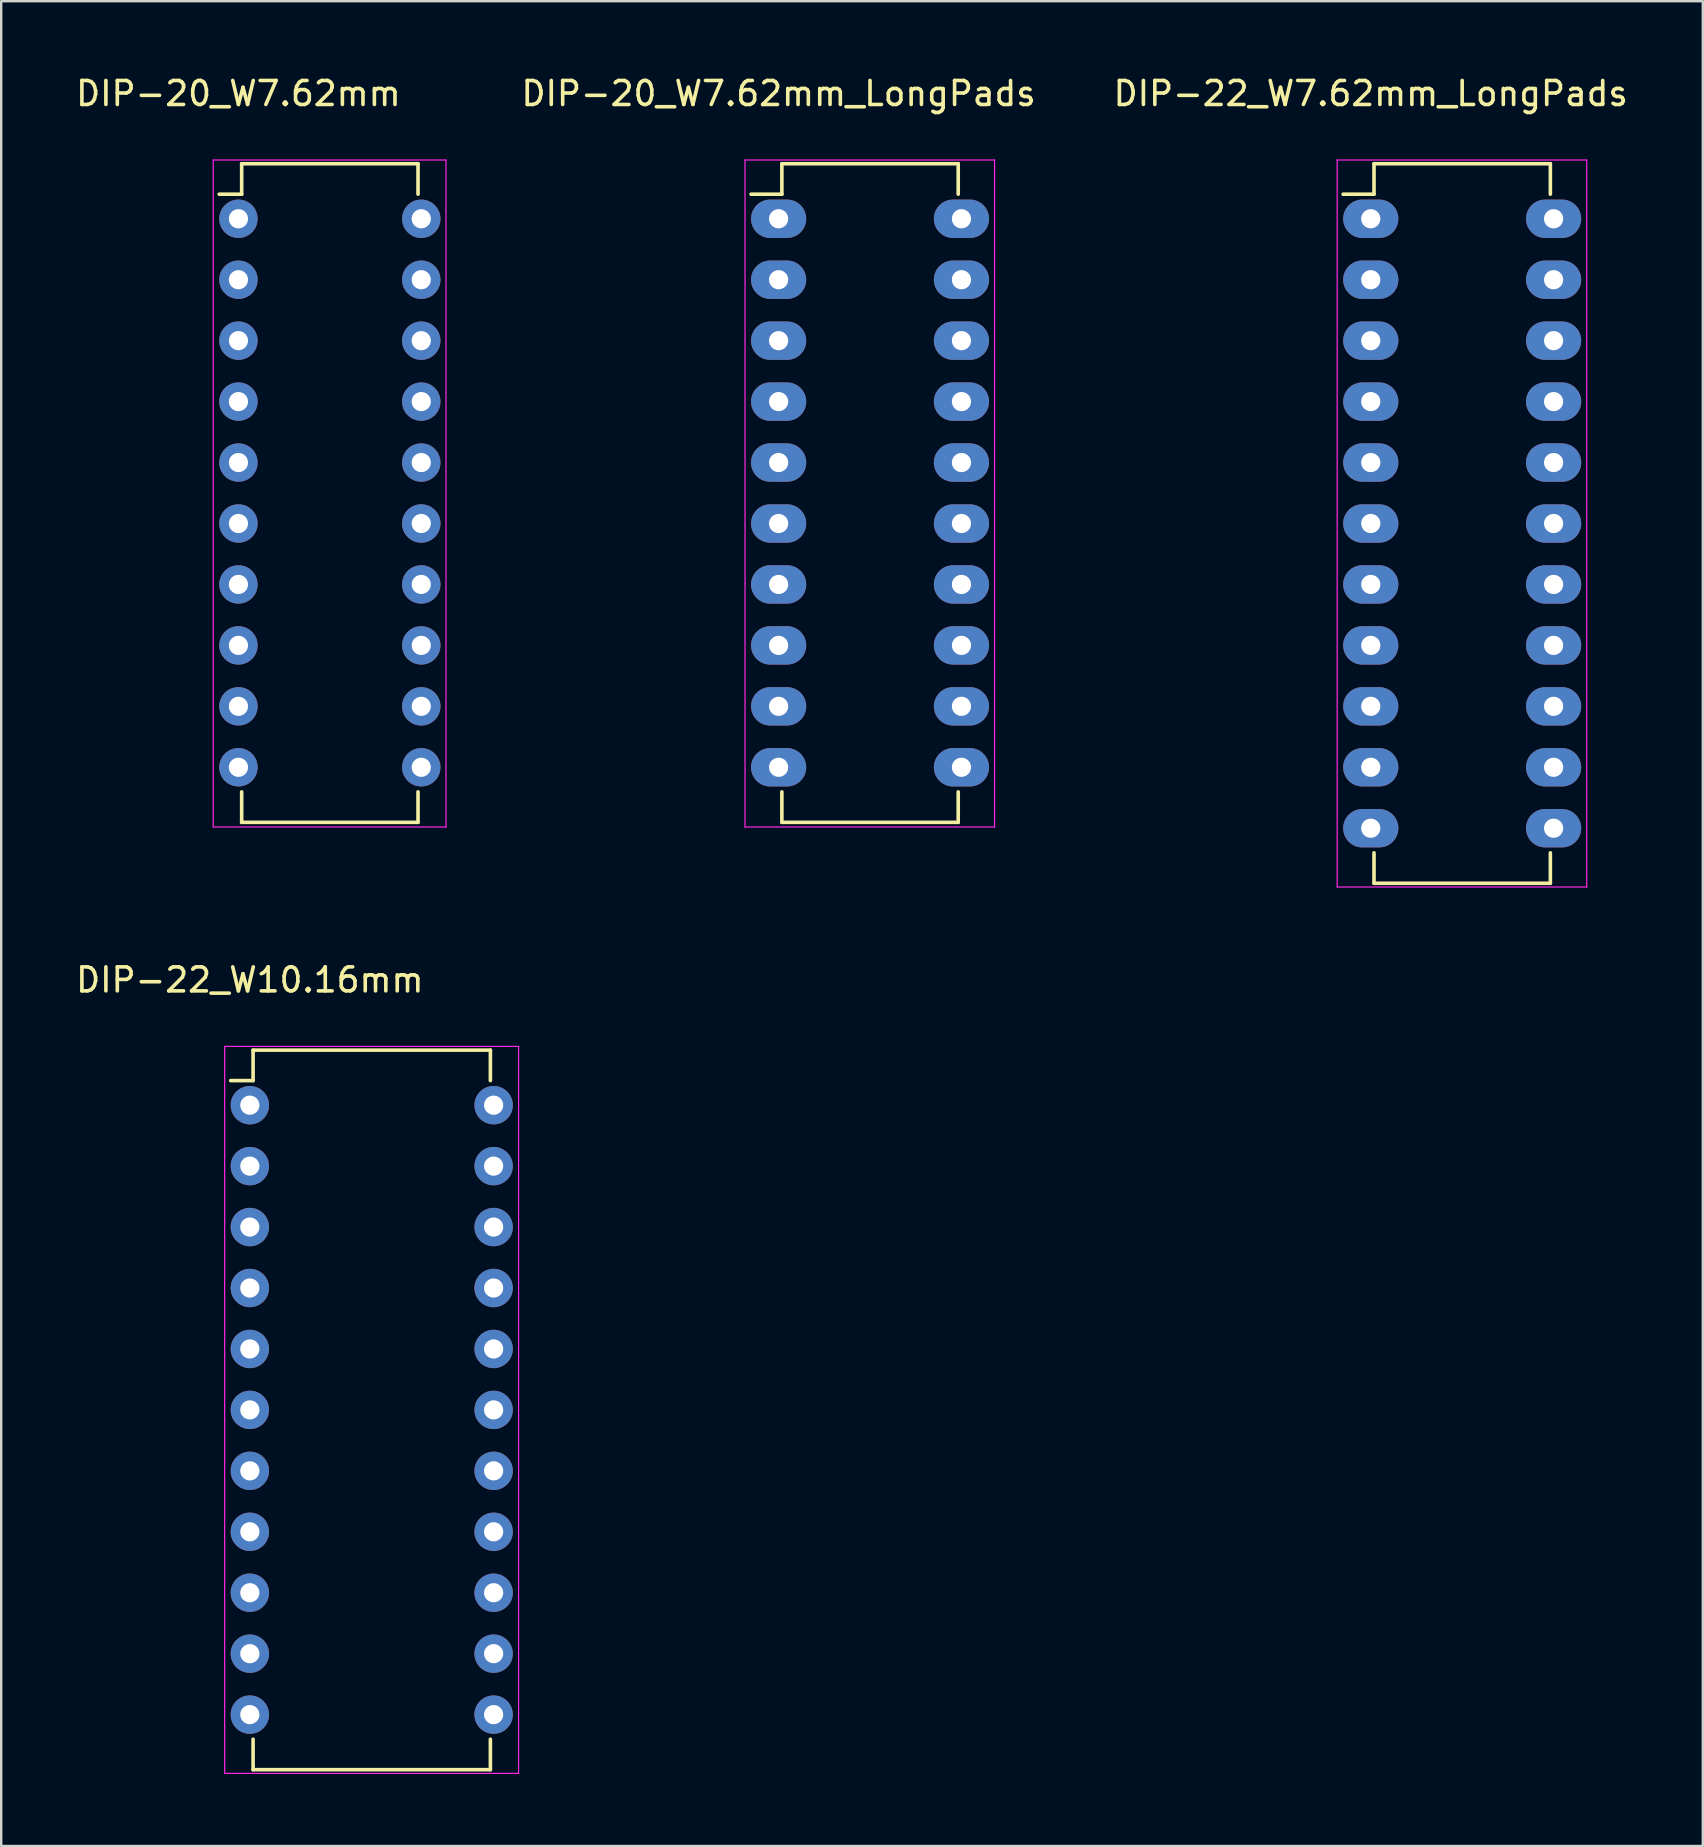
<source format=kicad_pcb>
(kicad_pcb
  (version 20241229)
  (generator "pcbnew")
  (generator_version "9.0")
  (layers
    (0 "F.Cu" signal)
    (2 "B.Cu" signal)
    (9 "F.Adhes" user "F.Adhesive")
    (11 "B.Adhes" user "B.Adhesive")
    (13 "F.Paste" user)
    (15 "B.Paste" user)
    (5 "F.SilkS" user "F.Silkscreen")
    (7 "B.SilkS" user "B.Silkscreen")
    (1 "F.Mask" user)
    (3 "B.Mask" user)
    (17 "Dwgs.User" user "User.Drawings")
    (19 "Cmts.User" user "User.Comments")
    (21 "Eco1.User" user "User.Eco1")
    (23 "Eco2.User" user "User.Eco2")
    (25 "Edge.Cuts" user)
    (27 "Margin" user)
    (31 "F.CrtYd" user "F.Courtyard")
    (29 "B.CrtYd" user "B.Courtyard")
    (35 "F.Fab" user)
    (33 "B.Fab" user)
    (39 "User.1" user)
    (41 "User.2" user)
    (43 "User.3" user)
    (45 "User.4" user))
  (footprint "DIP-22_W10.16mm"
    (layer "F.Cu")
    (at 7.363 43.011)
    (property "Reference" "DIP-22_W10.16mm" (at 0 -5.22 0) (layer "F.SilkS") (effects (font (size 1 1) (thickness 0.15))))
    (attr through_hole)
    (fp_line (start 0.135 -2.295) (end 0.135 -1.025) (stroke (width 0.15) (type solid)) (layer "F.SilkS"))
    (fp_line (start 0.135 -2.295) (end 10.025 -2.295) (stroke (width 0.15) (type solid)) (layer "F.SilkS"))
    (fp_line (start 0.135 -1.025) (end -0.8 -1.025) (stroke (width 0.15) (type solid)) (layer "F.SilkS"))
    (fp_line (start 0.135 27.695) (end 0.135 26.425) (stroke (width 0.15) (type solid)) (layer "F.SilkS"))
    (fp_line (start 0.135 27.695) (end 10.025 27.695) (stroke (width 0.15) (type solid)) (layer "F.SilkS"))
    (fp_line (start 10.025 -2.295) (end 10.025 -1.025) (stroke (width 0.15) (type solid)) (layer "F.SilkS"))
    (fp_line (start 10.025 27.695) (end 10.025 26.425) (stroke (width 0.15) (type solid)) (layer "F.SilkS"))
    (fp_line (start -1.05 -2.45) (end -1.05 27.85) (stroke (width 0.05) (type solid)) (layer "F.CrtYd"))
    (fp_line (start -1.05 -2.45) (end 11.2 -2.45) (stroke (width 0.05) (type solid)) (layer "F.CrtYd"))
    (fp_line (start -1.05 27.85) (end 11.2 27.85) (stroke (width 0.05) (type solid)) (layer "F.CrtYd"))
    (fp_line (start 11.2 -2.45) (end 11.2 27.85) (stroke (width 0.05) (type solid)) (layer "F.CrtYd"))
    (pad "1" thru_hole oval (at 0 0) (size 1.6 1.6) (drill 0.8) (layers "*.Cu" "*.Mask"))
    (pad "2" thru_hole oval (at 0 2.54) (size 1.6 1.6) (drill 0.8) (layers "*.Cu" "*.Mask"))
    (pad "3" thru_hole oval (at 0 5.08) (size 1.6 1.6) (drill 0.8) (layers "*.Cu" "*.Mask"))
    (pad "4" thru_hole oval (at 0 7.62) (size 1.6 1.6) (drill 0.8) (layers "*.Cu" "*.Mask"))
    (pad "5" thru_hole oval (at 0 10.16) (size 1.6 1.6) (drill 0.8) (layers "*.Cu" "*.Mask"))
    (pad "6" thru_hole oval (at 0 12.7) (size 1.6 1.6) (drill 0.8) (layers "*.Cu" "*.Mask"))
    (pad "7" thru_hole oval (at 0 15.24) (size 1.6 1.6) (drill 0.8) (layers "*.Cu" "*.Mask"))
    (pad "8" thru_hole oval (at 0 17.78) (size 1.6 1.6) (drill 0.8) (layers "*.Cu" "*.Mask"))
    (pad "9" thru_hole oval (at 0 20.32) (size 1.6 1.6) (drill 0.8) (layers "*.Cu" "*.Mask"))
    (pad "10" thru_hole oval (at 0 22.86) (size 1.6 1.6) (drill 0.8) (layers "*.Cu" "*.Mask"))
    (pad "11" thru_hole oval (at 0 25.4) (size 1.6 1.6) (drill 0.8) (layers "*.Cu" "*.Mask"))
    (pad "12" thru_hole oval (at 10.16 25.4) (size 1.6 1.6) (drill 0.8) (layers "*.Cu" "*.Mask"))
    (pad "13" thru_hole oval (at 10.16 22.86) (size 1.6 1.6) (drill 0.8) (layers "*.Cu" "*.Mask"))
    (pad "14" thru_hole oval (at 10.16 20.32) (size 1.6 1.6) (drill 0.8) (layers "*.Cu" "*.Mask"))
    (pad "15" thru_hole oval (at 10.16 17.78) (size 1.6 1.6) (drill 0.8) (layers "*.Cu" "*.Mask"))
    (pad "16" thru_hole oval (at 10.16 15.24) (size 1.6 1.6) (drill 0.8) (layers "*.Cu" "*.Mask"))
    (pad "17" thru_hole oval (at 10.16 12.7) (size 1.6 1.6) (drill 0.8) (layers "*.Cu" "*.Mask"))
    (pad "18" thru_hole oval (at 10.16 10.16) (size 1.6 1.6) (drill 0.8) (layers "*.Cu" "*.Mask"))
    (pad "19" thru_hole oval (at 10.16 7.62) (size 1.6 1.6) (drill 0.8) (layers "*.Cu" "*.Mask"))
    (pad "20" thru_hole oval (at 10.16 5.08) (size 1.6 1.6) (drill 0.8) (layers "*.Cu" "*.Mask"))
    (pad "21" thru_hole oval (at 10.16 2.54) (size 1.6 1.6) (drill 0.8) (layers "*.Cu" "*.Mask"))
    (pad "22" thru_hole oval (at 10.16 0) (size 1.6 1.6) (drill 0.8) (layers "*.Cu" "*.Mask")))
  (footprint "DIP-22_W7.62mm_LongPads"
    (layer "F.Cu")
    (at 54.08 6.068)
    (property "Reference" "DIP-22_W7.62mm_LongPads" (at 0 -5.22 0) (layer "F.SilkS") (effects (font (size 1 1) (thickness 0.15))))
    (attr through_hole)
    (fp_line (start 0.135 -2.295) (end 0.135 -1.025) (stroke (width 0.15) (type solid)) (layer "F.SilkS"))
    (fp_line (start 0.135 -2.295) (end 7.485 -2.295) (stroke (width 0.15) (type solid)) (layer "F.SilkS"))
    (fp_line (start 0.135 -1.025) (end -1.15 -1.025) (stroke (width 0.15) (type solid)) (layer "F.SilkS"))
    (fp_line (start 0.135 27.695) (end 0.135 26.425) (stroke (width 0.15) (type solid)) (layer "F.SilkS"))
    (fp_line (start 0.135 27.695) (end 7.485 27.695) (stroke (width 0.15) (type solid)) (layer "F.SilkS"))
    (fp_line (start 7.485 -2.295) (end 7.485 -1.025) (stroke (width 0.15) (type solid)) (layer "F.SilkS"))
    (fp_line (start 7.485 27.695) (end 7.485 26.425) (stroke (width 0.15) (type solid)) (layer "F.SilkS"))
    (fp_line (start -1.4 -2.45) (end -1.4 27.85) (stroke (width 0.05) (type solid)) (layer "F.CrtYd"))
    (fp_line (start -1.4 -2.45) (end 9 -2.45) (stroke (width 0.05) (type solid)) (layer "F.CrtYd"))
    (fp_line (start -1.4 27.85) (end 9 27.85) (stroke (width 0.05) (type solid)) (layer "F.CrtYd"))
    (fp_line (start 9 -2.45) (end 9 27.85) (stroke (width 0.05) (type solid)) (layer "F.CrtYd"))
    (pad "1" thru_hole oval (at 0 0) (size 2.3 1.6) (drill 0.8) (layers "*.Cu" "*.Mask"))
    (pad "2" thru_hole oval (at 0 2.54) (size 2.3 1.6) (drill 0.8) (layers "*.Cu" "*.Mask"))
    (pad "3" thru_hole oval (at 0 5.08) (size 2.3 1.6) (drill 0.8) (layers "*.Cu" "*.Mask"))
    (pad "4" thru_hole oval (at 0 7.62) (size 2.3 1.6) (drill 0.8) (layers "*.Cu" "*.Mask"))
    (pad "5" thru_hole oval (at 0 10.16) (size 2.3 1.6) (drill 0.8) (layers "*.Cu" "*.Mask"))
    (pad "6" thru_hole oval (at 0 12.7) (size 2.3 1.6) (drill 0.8) (layers "*.Cu" "*.Mask"))
    (pad "7" thru_hole oval (at 0 15.24) (size 2.3 1.6) (drill 0.8) (layers "*.Cu" "*.Mask"))
    (pad "8" thru_hole oval (at 0 17.78) (size 2.3 1.6) (drill 0.8) (layers "*.Cu" "*.Mask"))
    (pad "9" thru_hole oval (at 0 20.32) (size 2.3 1.6) (drill 0.8) (layers "*.Cu" "*.Mask"))
    (pad "10" thru_hole oval (at 0 22.86) (size 2.3 1.6) (drill 0.8) (layers "*.Cu" "*.Mask"))
    (pad "11" thru_hole oval (at 0 25.4) (size 2.3 1.6) (drill 0.8) (layers "*.Cu" "*.Mask"))
    (pad "12" thru_hole oval (at 7.62 25.4) (size 2.3 1.6) (drill 0.8) (layers "*.Cu" "*.Mask"))
    (pad "13" thru_hole oval (at 7.62 22.86) (size 2.3 1.6) (drill 0.8) (layers "*.Cu" "*.Mask"))
    (pad "14" thru_hole oval (at 7.62 20.32) (size 2.3 1.6) (drill 0.8) (layers "*.Cu" "*.Mask"))
    (pad "15" thru_hole oval (at 7.62 17.78) (size 2.3 1.6) (drill 0.8) (layers "*.Cu" "*.Mask"))
    (pad "16" thru_hole oval (at 7.62 15.24) (size 2.3 1.6) (drill 0.8) (layers "*.Cu" "*.Mask"))
    (pad "17" thru_hole oval (at 7.62 12.7) (size 2.3 1.6) (drill 0.8) (layers "*.Cu" "*.Mask"))
    (pad "18" thru_hole oval (at 7.62 10.16) (size 2.3 1.6) (drill 0.8) (layers "*.Cu" "*.Mask"))
    (pad "19" thru_hole oval (at 7.62 7.62) (size 2.3 1.6) (drill 0.8) (layers "*.Cu" "*.Mask"))
    (pad "20" thru_hole oval (at 7.62 5.08) (size 2.3 1.6) (drill 0.8) (layers "*.Cu" "*.Mask"))
    (pad "21" thru_hole oval (at 7.62 2.54) (size 2.3 1.6) (drill 0.8) (layers "*.Cu" "*.Mask"))
    (pad "22" thru_hole oval (at 7.62 0) (size 2.3 1.6) (drill 0.8) (layers "*.Cu" "*.Mask")))
  (footprint "DIP-20_W7.62mm"
    (layer "F.Cu")
    (at 6.887 6.068)
    (property "Reference" "DIP-20_W7.62mm" (at 0 -5.22 0) (layer "F.SilkS") (effects (font (size 1 1) (thickness 0.15))))
    (attr through_hole)
    (fp_line (start 0.135 -2.295) (end 0.135 -1.025) (stroke (width 0.15) (type solid)) (layer "F.SilkS"))
    (fp_line (start 0.135 -2.295) (end 7.485 -2.295) (stroke (width 0.15) (type solid)) (layer "F.SilkS"))
    (fp_line (start 0.135 -1.025) (end -0.8 -1.025) (stroke (width 0.15) (type solid)) (layer "F.SilkS"))
    (fp_line (start 0.135 25.155) (end 0.135 23.885) (stroke (width 0.15) (type solid)) (layer "F.SilkS"))
    (fp_line (start 0.135 25.155) (end 7.485 25.155) (stroke (width 0.15) (type solid)) (layer "F.SilkS"))
    (fp_line (start 7.485 -2.295) (end 7.485 -1.025) (stroke (width 0.15) (type solid)) (layer "F.SilkS"))
    (fp_line (start 7.485 25.155) (end 7.485 23.885) (stroke (width 0.15) (type solid)) (layer "F.SilkS"))
    (fp_line (start -1.05 -2.45) (end -1.05 25.35) (stroke (width 0.05) (type solid)) (layer "F.CrtYd"))
    (fp_line (start -1.05 -2.45) (end 8.65 -2.45) (stroke (width 0.05) (type solid)) (layer "F.CrtYd"))
    (fp_line (start -1.05 25.35) (end 8.65 25.35) (stroke (width 0.05) (type solid)) (layer "F.CrtYd"))
    (fp_line (start 8.65 -2.45) (end 8.65 25.35) (stroke (width 0.05) (type solid)) (layer "F.CrtYd"))
    (pad "1" thru_hole oval (at 0 0) (size 1.6 1.6) (drill 0.8) (layers "*.Cu" "*.Mask"))
    (pad "2" thru_hole oval (at 0 2.54) (size 1.6 1.6) (drill 0.8) (layers "*.Cu" "*.Mask"))
    (pad "3" thru_hole oval (at 0 5.08) (size 1.6 1.6) (drill 0.8) (layers "*.Cu" "*.Mask"))
    (pad "4" thru_hole oval (at 0 7.62) (size 1.6 1.6) (drill 0.8) (layers "*.Cu" "*.Mask"))
    (pad "5" thru_hole oval (at 0 10.16) (size 1.6 1.6) (drill 0.8) (layers "*.Cu" "*.Mask"))
    (pad "6" thru_hole oval (at 0 12.7) (size 1.6 1.6) (drill 0.8) (layers "*.Cu" "*.Mask"))
    (pad "7" thru_hole oval (at 0 15.24) (size 1.6 1.6) (drill 0.8) (layers "*.Cu" "*.Mask"))
    (pad "8" thru_hole oval (at 0 17.78) (size 1.6 1.6) (drill 0.8) (layers "*.Cu" "*.Mask"))
    (pad "9" thru_hole oval (at 0 20.32) (size 1.6 1.6) (drill 0.8) (layers "*.Cu" "*.Mask"))
    (pad "10" thru_hole oval (at 0 22.86) (size 1.6 1.6) (drill 0.8) (layers "*.Cu" "*.Mask"))
    (pad "11" thru_hole oval (at 7.62 22.86) (size 1.6 1.6) (drill 0.8) (layers "*.Cu" "*.Mask"))
    (pad "12" thru_hole oval (at 7.62 20.32) (size 1.6 1.6) (drill 0.8) (layers "*.Cu" "*.Mask"))
    (pad "13" thru_hole oval (at 7.62 17.78) (size 1.6 1.6) (drill 0.8) (layers "*.Cu" "*.Mask"))
    (pad "14" thru_hole oval (at 7.62 15.24) (size 1.6 1.6) (drill 0.8) (layers "*.Cu" "*.Mask"))
    (pad "15" thru_hole oval (at 7.62 12.7) (size 1.6 1.6) (drill 0.8) (layers "*.Cu" "*.Mask"))
    (pad "16" thru_hole oval (at 7.62 10.16) (size 1.6 1.6) (drill 0.8) (layers "*.Cu" "*.Mask"))
    (pad "17" thru_hole oval (at 7.62 7.62) (size 1.6 1.6) (drill 0.8) (layers "*.Cu" "*.Mask"))
    (pad "18" thru_hole oval (at 7.62 5.08) (size 1.6 1.6) (drill 0.8) (layers "*.Cu" "*.Mask"))
    (pad "19" thru_hole oval (at 7.62 2.54) (size 1.6 1.6) (drill 0.8) (layers "*.Cu" "*.Mask"))
    (pad "20" thru_hole oval (at 7.62 0) (size 1.6 1.6) (drill 0.8) (layers "*.Cu" "*.Mask")))
  (footprint "DIP-20_W7.62mm_LongPads"
    (layer "F.Cu")
    (at 29.401 6.068)
    (property "Reference" "DIP-20_W7.62mm_LongPads" (at 0 -5.22 0) (layer "F.SilkS") (effects (font (size 1 1) (thickness 0.15))))
    (attr through_hole)
    (fp_line (start 0.135 -2.295) (end 0.135 -1.025) (stroke (width 0.15) (type solid)) (layer "F.SilkS"))
    (fp_line (start 0.135 -2.295) (end 7.485 -2.295) (stroke (width 0.15) (type solid)) (layer "F.SilkS"))
    (fp_line (start 0.135 -1.025) (end -1.15 -1.025) (stroke (width 0.15) (type solid)) (layer "F.SilkS"))
    (fp_line (start 0.135 25.155) (end 0.135 23.885) (stroke (width 0.15) (type solid)) (layer "F.SilkS"))
    (fp_line (start 0.135 25.155) (end 7.485 25.155) (stroke (width 0.15) (type solid)) (layer "F.SilkS"))
    (fp_line (start 7.485 -2.295) (end 7.485 -1.025) (stroke (width 0.15) (type solid)) (layer "F.SilkS"))
    (fp_line (start 7.485 25.155) (end 7.485 23.885) (stroke (width 0.15) (type solid)) (layer "F.SilkS"))
    (fp_line (start -1.4 -2.45) (end -1.4 25.35) (stroke (width 0.05) (type solid)) (layer "F.CrtYd"))
    (fp_line (start -1.4 -2.45) (end 9 -2.45) (stroke (width 0.05) (type solid)) (layer "F.CrtYd"))
    (fp_line (start -1.4 25.35) (end 9 25.35) (stroke (width 0.05) (type solid)) (layer "F.CrtYd"))
    (fp_line (start 9 -2.45) (end 9 25.35) (stroke (width 0.05) (type solid)) (layer "F.CrtYd"))
    (pad "1" thru_hole oval (at 0 0) (size 2.3 1.6) (drill 0.8) (layers "*.Cu" "*.Mask"))
    (pad "2" thru_hole oval (at 0 2.54) (size 2.3 1.6) (drill 0.8) (layers "*.Cu" "*.Mask"))
    (pad "3" thru_hole oval (at 0 5.08) (size 2.3 1.6) (drill 0.8) (layers "*.Cu" "*.Mask"))
    (pad "4" thru_hole oval (at 0 7.62) (size 2.3 1.6) (drill 0.8) (layers "*.Cu" "*.Mask"))
    (pad "5" thru_hole oval (at 0 10.16) (size 2.3 1.6) (drill 0.8) (layers "*.Cu" "*.Mask"))
    (pad "6" thru_hole oval (at 0 12.7) (size 2.3 1.6) (drill 0.8) (layers "*.Cu" "*.Mask"))
    (pad "7" thru_hole oval (at 0 15.24) (size 2.3 1.6) (drill 0.8) (layers "*.Cu" "*.Mask"))
    (pad "8" thru_hole oval (at 0 17.78) (size 2.3 1.6) (drill 0.8) (layers "*.Cu" "*.Mask"))
    (pad "9" thru_hole oval (at 0 20.32) (size 2.3 1.6) (drill 0.8) (layers "*.Cu" "*.Mask"))
    (pad "10" thru_hole oval (at 0 22.86) (size 2.3 1.6) (drill 0.8) (layers "*.Cu" "*.Mask"))
    (pad "11" thru_hole oval (at 7.62 22.86) (size 2.3 1.6) (drill 0.8) (layers "*.Cu" "*.Mask"))
    (pad "12" thru_hole oval (at 7.62 20.32) (size 2.3 1.6) (drill 0.8) (layers "*.Cu" "*.Mask"))
    (pad "13" thru_hole oval (at 7.62 17.78) (size 2.3 1.6) (drill 0.8) (layers "*.Cu" "*.Mask"))
    (pad "14" thru_hole oval (at 7.62 15.24) (size 2.3 1.6) (drill 0.8) (layers "*.Cu" "*.Mask"))
    (pad "15" thru_hole oval (at 7.62 12.7) (size 2.3 1.6) (drill 0.8) (layers "*.Cu" "*.Mask"))
    (pad "16" thru_hole oval (at 7.62 10.16) (size 2.3 1.6) (drill 0.8) (layers "*.Cu" "*.Mask"))
    (pad "17" thru_hole oval (at 7.62 7.62) (size 2.3 1.6) (drill 0.8) (layers "*.Cu" "*.Mask"))
    (pad "18" thru_hole oval (at 7.62 5.08) (size 2.3 1.6) (drill 0.8) (layers "*.Cu" "*.Mask"))
    (pad "19" thru_hole oval (at 7.62 2.54) (size 2.3 1.6) (drill 0.8) (layers "*.Cu" "*.Mask"))
    (pad "20" thru_hole oval (at 7.62 0) (size 2.3 1.6) (drill 0.8) (layers "*.Cu" "*.Mask")))
  (gr_rect
    (start -3 -3)
    (end 67.919 73.886)
    (stroke (width 0.1) (type default))
    (fill no)
    (layer "Edge.Cuts")))
</source>
